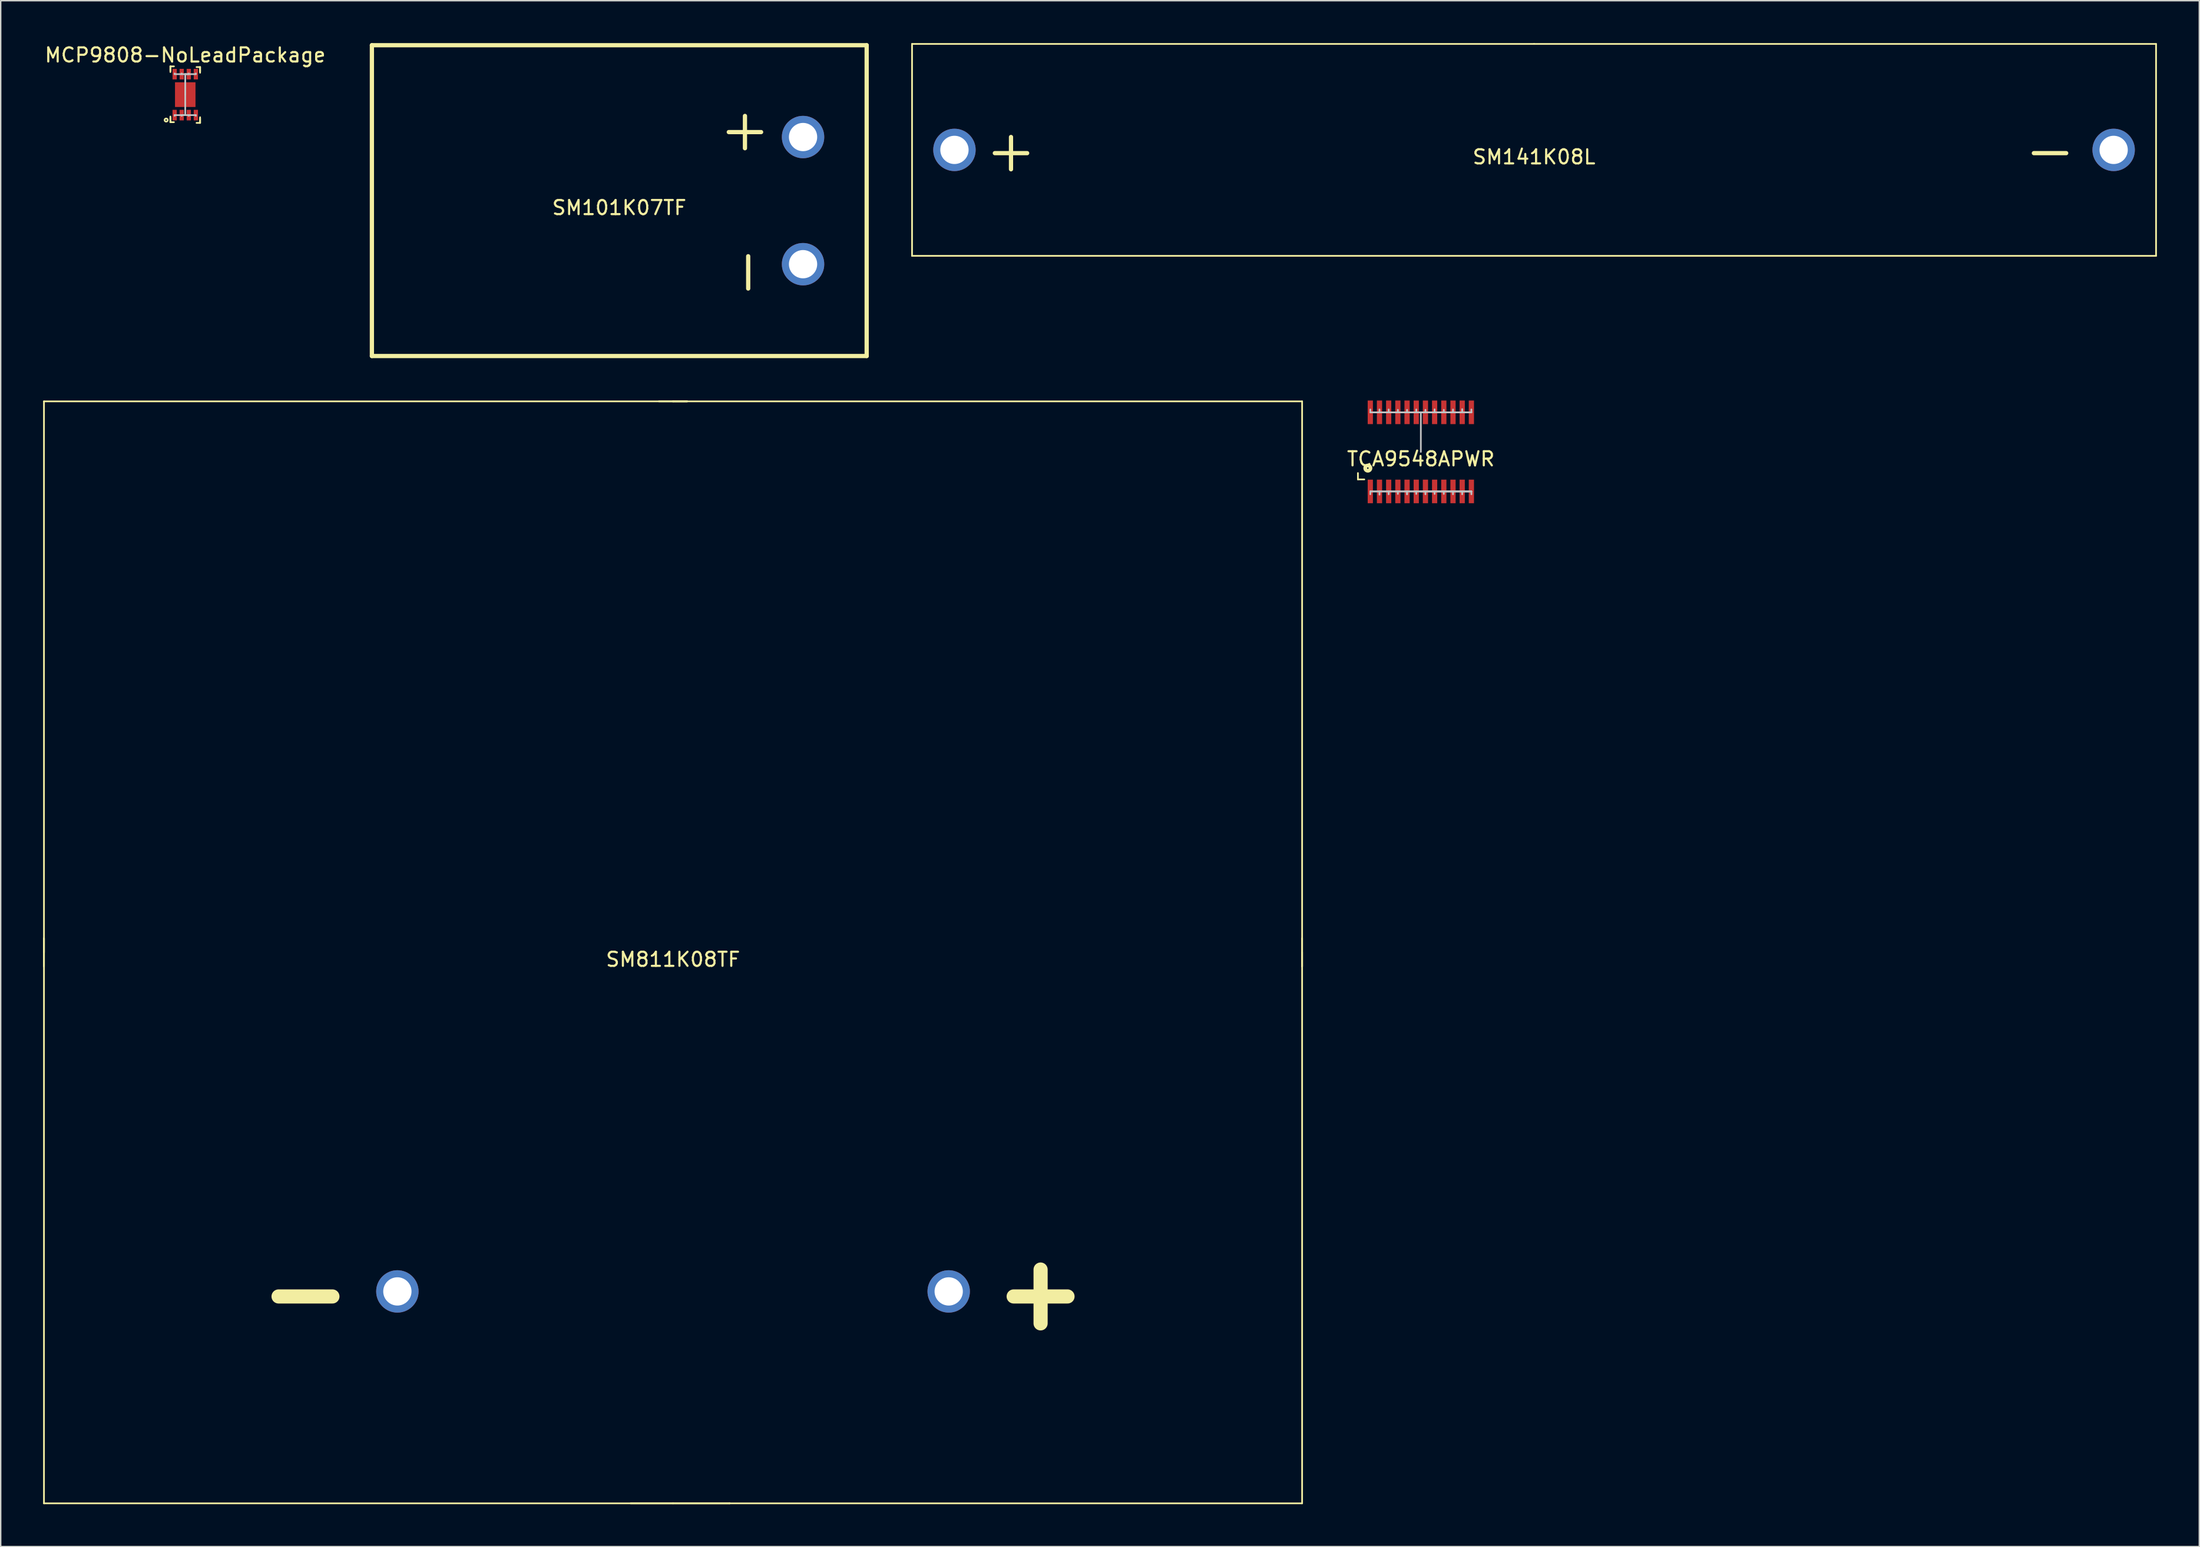
<source format=kicad_pcb>
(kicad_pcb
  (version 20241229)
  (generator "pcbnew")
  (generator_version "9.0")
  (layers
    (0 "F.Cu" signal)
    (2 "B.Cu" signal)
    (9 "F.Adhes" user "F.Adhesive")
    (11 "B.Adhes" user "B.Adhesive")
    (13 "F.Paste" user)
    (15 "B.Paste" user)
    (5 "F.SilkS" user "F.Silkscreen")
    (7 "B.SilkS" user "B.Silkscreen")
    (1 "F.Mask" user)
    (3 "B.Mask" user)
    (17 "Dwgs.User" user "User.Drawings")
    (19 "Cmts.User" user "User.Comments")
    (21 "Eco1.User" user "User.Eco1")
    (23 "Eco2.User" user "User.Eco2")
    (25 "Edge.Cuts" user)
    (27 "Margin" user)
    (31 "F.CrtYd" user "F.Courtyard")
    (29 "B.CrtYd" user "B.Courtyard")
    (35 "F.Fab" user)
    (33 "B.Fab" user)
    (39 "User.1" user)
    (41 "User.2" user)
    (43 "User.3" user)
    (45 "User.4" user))
  (footprint "MCP9808-NoLeadPackage"
    (layer "F.Cu")
    (at 10.054 3.648)
    (property "Reference" "MCP9808-NoLeadPackage" (at 0 -2.8 0) (layer "F.SilkS") (effects (font (size 1 1) (thickness 0.15))))
    (attr through_hole)
    (fp_line (start -1.05 -2) (end -1.05 -1.7) (stroke (width 0.12) (type solid)) (layer "F.SilkS"))
    (fp_line (start -1.05 -2) (end -0.8 -2) (stroke (width 0.12) (type solid)) (layer "F.SilkS"))
    (fp_line (start -1.05 -1.7) (end -1.05 -2) (stroke (width 0.12) (type solid)) (layer "F.SilkS"))
    (fp_line (start -1.05 -1.7) (end -1.05 -1.6) (stroke (width 0.12) (type solid)) (layer "F.SilkS"))
    (fp_line (start -1.05 1.65) (end -1.05 1.55) (stroke (width 0.12) (type solid)) (layer "F.SilkS"))
    (fp_line (start -1.05 1.65) (end -1.05 1.95) (stroke (width 0.12) (type solid)) (layer "F.SilkS"))
    (fp_line (start -1.05 1.95) (end -1.05 1.65) (stroke (width 0.12) (type solid)) (layer "F.SilkS"))
    (fp_line (start -1.05 1.95) (end -0.8 1.95) (stroke (width 0.12) (type solid)) (layer "F.SilkS"))
    (fp_line (start 1.05 -1.95) (end 0.8 -1.95) (stroke (width 0.12) (type solid)) (layer "F.SilkS"))
    (fp_line (start 1.05 -1.95) (end 1.05 -1.65) (stroke (width 0.12) (type solid)) (layer "F.SilkS"))
    (fp_line (start 1.05 -1.65) (end 1.05 -1.95) (stroke (width 0.12) (type solid)) (layer "F.SilkS"))
    (fp_line (start 1.05 -1.65) (end 1.05 -1.55) (stroke (width 0.12) (type solid)) (layer "F.SilkS"))
    (fp_line (start 1.05 1.7) (end 1.05 1.6) (stroke (width 0.12) (type solid)) (layer "F.SilkS"))
    (fp_line (start 1.05 1.7) (end 1.05 2) (stroke (width 0.12) (type solid)) (layer "F.SilkS"))
    (fp_line (start 1.05 2) (end 0.8 2) (stroke (width 0.12) (type solid)) (layer "F.SilkS"))
    (fp_line (start 1.05 2) (end 1.05 1.7) (stroke (width 0.12) (type solid)) (layer "F.SilkS"))
    (fp_circle (center -1.35 1.8) (end -1.3 1.8) (stroke (width 0.12) (type solid)) (fill no) (layer "F.SilkS"))
    (fp_line (start -0.75 -1.45) (end -0.75 -1.5) (stroke (width 0.12) (type solid)) (layer "Dwgs.User"))
    (fp_line (start -0.75 1.45) (end -0.75 1.5) (stroke (width 0.12) (type solid)) (layer "Dwgs.User"))
    (fp_line (start -0.25 -1.45) (end -0.75 -1.45) (stroke (width 0.12) (type solid)) (layer "Dwgs.User"))
    (fp_line (start -0.25 -1.45) (end -0.25 -1.5) (stroke (width 0.12) (type solid)) (layer "Dwgs.User"))
    (fp_line (start -0.25 1.45) (end -0.75 1.45) (stroke (width 0.12) (type solid)) (layer "Dwgs.User"))
    (fp_line (start -0.25 1.45) (end -0.25 1.5) (stroke (width 0.12) (type solid)) (layer "Dwgs.User"))
    (fp_line (start -0.25 1.45) (end 0.25 1.45) (stroke (width 0.12) (type solid)) (layer "Dwgs.User"))
    (fp_line (start 0 -1.45) (end 0 1.45) (stroke (width 0.12) (type solid)) (layer "Dwgs.User"))
    (fp_line (start 0 -1.45) (end 0.25 -1.45) (stroke (width 0.12) (type solid)) (layer "Dwgs.User"))
    (fp_line (start 0 0) (end 0 -1.45) (stroke (width 0.12) (type solid)) (layer "Dwgs.User"))
    (fp_line (start 0 1.45) (end -0.25 1.45) (stroke (width 0.12) (type solid)) (layer "Dwgs.User"))
    (fp_line (start 0.25 -1.45) (end -0.25 -1.45) (stroke (width 0.12) (type solid)) (layer "Dwgs.User"))
    (fp_line (start 0.25 -1.45) (end 0.25 -1.5) (stroke (width 0.12) (type solid)) (layer "Dwgs.User"))
    (fp_line (start 0.25 -1.45) (end 0.75 -1.45) (stroke (width 0.12) (type solid)) (layer "Dwgs.User"))
    (fp_line (start 0.25 1.45) (end 0.25 1.5) (stroke (width 0.12) (type solid)) (layer "Dwgs.User"))
    (fp_line (start 0.25 1.45) (end 0.75 1.45) (stroke (width 0.12) (type solid)) (layer "Dwgs.User"))
    (fp_line (start 0.75 -1.45) (end 0.75 -1.5) (stroke (width 0.12) (type solid)) (layer "Dwgs.User"))
    (fp_line (start 0.75 1.45) (end 0.75 1.5) (stroke (width 0.12) (type solid)) (layer "Dwgs.User"))
    (pad "1" smd rect (at -0.75 1.45) (size 0.3 0.75) (layers "F.Cu" "F.Mask" "F.Paste"))
    (pad "2" smd rect (at -0.25 1.45) (size 0.3 0.75) (layers "F.Cu" "F.Mask" "F.Paste"))
    (pad "3" smd rect (at 0.25 1.45) (size 0.3 0.75) (layers "F.Cu" "F.Mask" "F.Paste"))
    (pad "4" smd rect (at 0.75 1.45) (size 0.3 0.75) (layers "F.Cu" "F.Mask" "F.Paste"))
    (pad "5" smd rect (at 0.75 -1.45 180) (size 0.3 0.75) (layers "F.Cu" "F.Mask" "F.Paste"))
    (pad "6" smd rect (at 0.25 -1.45 180) (size 0.3 0.75) (layers "F.Cu" "F.Mask" "F.Paste"))
    (pad "7" smd rect (at -0.25 -1.45 180) (size 0.3 0.75) (layers "F.Cu" "F.Mask" "F.Paste"))
    (pad "8" smd rect (at -0.75 -1.45 180) (size 0.3 0.75) (layers "F.Cu" "F.Mask" "F.Paste"))
    (pad "9" smd rect (at 0 0) (size 1.45 1.75) (layers "F.Cu" "F.Mask" "F.Paste")))
  (footprint "SM101K07TF"
    (layer "F.Cu")
    (at 40.757 11.15)
    (property "Reference" "SM101K07TF" (at 0 0.5 0) (layer "F.SilkS") (effects (font (size 1 1) (thickness 0.15))))
    (attr through_hole)
    (fp_line (start -17.5 -11) (end 17.5 -11) (stroke (width 0.3) (type solid)) (layer "F.SilkS"))
    (fp_line (start -17.5 11) (end -17.5 -11) (stroke (width 0.3) (type solid)) (layer "F.SilkS"))
    (fp_line (start 17.5 -11) (end 17.5 11) (stroke (width 0.3) (type solid)) (layer "F.SilkS"))
    (fp_line (start 17.5 11) (end -17.5 11) (stroke (width 0.3) (type solid)) (layer "F.SilkS"))
    (fp_text user "-" (at 8.89 5.08 90) (layer "F.SilkS") (effects (font (size 3 3) (thickness 0.3))))
    (fp_text user "+" (at 8.89 -5.08 0) (layer "F.SilkS") (effects (font (size 3 3) (thickness 0.3))))
    (pad "1" thru_hole circle (at 13 -4.5) (size 3 3) (drill 2) (layers "*.Cu" "*.Mask"))
    (pad "2" thru_hole circle (at 13 4.5) (size 3 3) (drill 2) (layers "*.Cu" "*.Mask")))
  (footprint "SM811K08TF"
    (layer "F.Cu")
    (at 44.56 64.36)
    (property "Reference" "SM811K08TF" (at 0 0.5 0) (layer "F.SilkS") (effects (font (size 1 1) (thickness 0.15))))
    (attr through_hole)
    (fp_line (start -44.5 -1) (end -44.5 1) (stroke (width 0.12) (type solid)) (layer "F.SilkS"))
    (fp_line (start -44.5 0) (end -44.5 -39) (stroke (width 0.12) (type solid)) (layer "F.SilkS"))
    (fp_line (start -44.5 0) (end -44.5 -1) (stroke (width 0.12) (type solid)) (layer "F.SilkS"))
    (fp_line (start -44.5 0) (end -44.5 39) (stroke (width 0.12) (type solid)) (layer "F.SilkS"))
    (fp_line (start 0 -39) (end -44.5 -39) (stroke (width 0.12) (type solid)) (layer "F.SilkS"))
    (fp_line (start 0 -39) (end 1 -39) (stroke (width 0.12) (type solid)) (layer "F.SilkS"))
    (fp_line (start 0 -39) (end 44.5 -39) (stroke (width 0.12) (type solid)) (layer "F.SilkS"))
    (fp_line (start 0 39) (end -44.5 39) (stroke (width 0.12) (type solid)) (layer "F.SilkS"))
    (fp_line (start 0 39) (end 4 39) (stroke (width 0.12) (type solid)) (layer "F.SilkS"))
    (fp_line (start 1 -39) (end -1 -39) (stroke (width 0.12) (type solid)) (layer "F.SilkS"))
    (fp_line (start 4 39) (end -3 39) (stroke (width 0.12) (type solid)) (layer "F.SilkS"))
    (fp_line (start 4 39) (end 44.5 39) (stroke (width 0.12) (type solid)) (layer "F.SilkS"))
    (fp_line (start 44.5 0) (end 44.5 -39) (stroke (width 0.12) (type solid)) (layer "F.SilkS"))
    (fp_line (start 44.5 0) (end 44.5 1) (stroke (width 0.12) (type solid)) (layer "F.SilkS"))
    (fp_line (start 44.5 0) (end 44.5 39) (stroke (width 0.12) (type solid)) (layer "F.SilkS"))
    (fp_line (start 44.5 1) (end 44.5 -1) (stroke (width 0.12) (type solid)) (layer "F.SilkS"))
    (fp_text user "+" (at 26 24 0) (layer "F.SilkS") (effects (font (size 5 5) (thickness 1))))
    (fp_text user "-" (at -26 24 0) (layer "F.SilkS") (effects (font (size 5 5) (thickness 1))))
    (pad "1" thru_hole circle (at 19.5 24) (size 3 3) (drill 2) (layers "*.Cu" "*.Mask"))
    (pad "2" thru_hole circle (at -19.5 24) (size 3 3) (drill 2) (layers "*.Cu" "*.Mask")))
  (footprint "TCA9548APWR"
    (layer "F.Cu")
    (at 97.459 28.935)
    (property "Reference" "TCA9548APWR" (at 0 0.5 0) (layer "F.SilkS") (effects (font (size 1 1) (thickness 0.15))))
    (attr through_hole)
    (fp_line (start -4.45 1.5) (end -4.45 1.95) (stroke (width 0.12) (type solid)) (layer "F.SilkS"))
    (fp_line (start -4.45 1.95) (end -4 1.95) (stroke (width 0.12) (type solid)) (layer "F.SilkS"))
    (fp_circle (center -3.75 1.15) (end -3.7 1.175) (stroke (width 0.12) (type solid)) (fill no) (layer "F.SilkS"))
    (fp_circle (center -3.75 1.15) (end -3.675 1.275) (stroke (width 0.12) (type solid)) (fill no) (layer "F.SilkS"))
    (fp_circle (center -3.75 1.15) (end -3.625 1.275) (stroke (width 0.12) (type solid)) (fill no) (layer "F.SilkS"))
    (fp_circle (center -3.75 1.15) (end -3.625 1.375) (stroke (width 0.12) (type solid)) (fill no) (layer "F.SilkS"))
    (fp_line (start -3.575 -2.8) (end -3.575 -3) (stroke (width 0.12) (type solid)) (layer "Dwgs.User"))
    (fp_line (start -3.575 -2.8) (end 3.575 -2.8) (stroke (width 0.12) (type solid)) (layer "Dwgs.User"))
    (fp_line (start -3.575 2.8) (end -3.575 3) (stroke (width 0.12) (type solid)) (layer "Dwgs.User"))
    (fp_line (start -2.925 -2.8) (end -3.575 -2.8) (stroke (width 0.12) (type solid)) (layer "Dwgs.User"))
    (fp_line (start -2.925 -2.8) (end -2.925 -3) (stroke (width 0.12) (type solid)) (layer "Dwgs.User"))
    (fp_line (start -2.925 2.8) (end -3.575 2.8) (stroke (width 0.12) (type solid)) (layer "Dwgs.User"))
    (fp_line (start -2.925 2.8) (end -2.925 3.025) (stroke (width 0.12) (type solid)) (layer "Dwgs.User"))
    (fp_line (start -2.275 -2.8) (end -2.925 -2.8) (stroke (width 0.12) (type solid)) (layer "Dwgs.User"))
    (fp_line (start -2.275 -2.8) (end -2.275 -3) (stroke (width 0.12) (type solid)) (layer "Dwgs.User"))
    (fp_line (start -2.275 2.8) (end -2.925 2.8) (stroke (width 0.12) (type solid)) (layer "Dwgs.User"))
    (fp_line (start -2.275 2.8) (end -2.275 3) (stroke (width 0.12) (type solid)) (layer "Dwgs.User"))
    (fp_line (start -1.625 -2.8) (end -2.275 -2.8) (stroke (width 0.12) (type solid)) (layer "Dwgs.User"))
    (fp_line (start -1.625 -2.8) (end -1.625 -2.975) (stroke (width 0.12) (type solid)) (layer "Dwgs.User"))
    (fp_line (start -1.625 2.8) (end -2.275 2.8) (stroke (width 0.12) (type solid)) (layer "Dwgs.User"))
    (fp_line (start -1.625 2.8) (end -1.625 2.975) (stroke (width 0.12) (type solid)) (layer "Dwgs.User"))
    (fp_line (start -0.975 -2.8) (end -1.625 -2.8) (stroke (width 0.12) (type solid)) (layer "Dwgs.User"))
    (fp_line (start -0.975 -2.8) (end -0.975 -2.975) (stroke (width 0.12) (type solid)) (layer "Dwgs.User"))
    (fp_line (start -0.975 2.8) (end -1.625 2.8) (stroke (width 0.12) (type solid)) (layer "Dwgs.User"))
    (fp_line (start -0.975 2.8) (end -0.975 3) (stroke (width 0.12) (type solid)) (layer "Dwgs.User"))
    (fp_line (start -0.975 3) (end -0.975 2.8) (stroke (width 0.12) (type solid)) (layer "Dwgs.User"))
    (fp_line (start -0.325 -2.8) (end -0.975 -2.8) (stroke (width 0.12) (type solid)) (layer "Dwgs.User"))
    (fp_line (start -0.325 -2.8) (end -0.325 -3) (stroke (width 0.12) (type solid)) (layer "Dwgs.User"))
    (fp_line (start -0.325 2.8) (end -0.975 2.8) (stroke (width 0.12) (type solid)) (layer "Dwgs.User"))
    (fp_line (start -0.325 2.8) (end -0.325 2.975) (stroke (width 0.12) (type solid)) (layer "Dwgs.User"))
    (fp_line (start 0 -2.8) (end -3.575 -2.8) (stroke (width 0.12) (type solid)) (layer "Dwgs.User"))
    (fp_line (start 0 -2.8) (end -0.325 -2.8) (stroke (width 0.12) (type solid)) (layer "Dwgs.User"))
    (fp_line (start 0 -2.8) (end 0.325 -2.8) (stroke (width 0.12) (type solid)) (layer "Dwgs.User"))
    (fp_line (start 0 0) (end 0 -2.8) (stroke (width 0.12) (type solid)) (layer "Dwgs.User"))
    (fp_line (start 0 2.8) (end -0.325 2.8) (stroke (width 0.12) (type solid)) (layer "Dwgs.User"))
    (fp_line (start 0 2.8) (end 0.325 2.8) (stroke (width 0.12) (type solid)) (layer "Dwgs.User"))
    (fp_line (start 0 2.8) (end 3.575 2.8) (stroke (width 0.12) (type solid)) (layer "Dwgs.User"))
    (fp_line (start 0.325 -2.8) (end 0.325 -2.975) (stroke (width 0.12) (type solid)) (layer "Dwgs.User"))
    (fp_line (start 0.325 -2.8) (end 0.975 -2.8) (stroke (width 0.12) (type solid)) (layer "Dwgs.User"))
    (fp_line (start 0.325 2.8) (end 0.325 3) (stroke (width 0.12) (type solid)) (layer "Dwgs.User"))
    (fp_line (start 0.325 2.8) (end 0.975 2.8) (stroke (width 0.12) (type solid)) (layer "Dwgs.User"))
    (fp_line (start 0.975 -3) (end 0.975 -2.8) (stroke (width 0.12) (type solid)) (layer "Dwgs.User"))
    (fp_line (start 0.975 -2.8) (end 0.975 -3) (stroke (width 0.12) (type solid)) (layer "Dwgs.User"))
    (fp_line (start 0.975 -2.8) (end 1.625 -2.8) (stroke (width 0.12) (type solid)) (layer "Dwgs.User"))
    (fp_line (start 0.975 2.8) (end 0.975 2.975) (stroke (width 0.12) (type solid)) (layer "Dwgs.User"))
    (fp_line (start 0.975 2.8) (end 1.625 2.8) (stroke (width 0.12) (type solid)) (layer "Dwgs.User"))
    (fp_line (start 1.625 -2.8) (end 1.625 -2.975) (stroke (width 0.12) (type solid)) (layer "Dwgs.User"))
    (fp_line (start 1.625 -2.8) (end 2.275 -2.8) (stroke (width 0.12) (type solid)) (layer "Dwgs.User"))
    (fp_line (start 1.625 2.8) (end 1.625 2.975) (stroke (width 0.12) (type solid)) (layer "Dwgs.User"))
    (fp_line (start 1.625 2.8) (end 2.275 2.8) (stroke (width 0.12) (type solid)) (layer "Dwgs.User"))
    (fp_line (start 2.275 -2.8) (end 2.275 -3) (stroke (width 0.12) (type solid)) (layer "Dwgs.User"))
    (fp_line (start 2.275 -2.8) (end 2.925 -2.8) (stroke (width 0.12) (type solid)) (layer "Dwgs.User"))
    (fp_line (start 2.275 2.8) (end 2.275 3) (stroke (width 0.12) (type solid)) (layer "Dwgs.User"))
    (fp_line (start 2.275 2.8) (end 2.925 2.8) (stroke (width 0.12) (type solid)) (layer "Dwgs.User"))
    (fp_line (start 2.925 -2.8) (end 2.925 -3.025) (stroke (width 0.12) (type solid)) (layer "Dwgs.User"))
    (fp_line (start 2.925 -2.8) (end 3.575 -2.8) (stroke (width 0.12) (type solid)) (layer "Dwgs.User"))
    (fp_line (start 2.925 2.8) (end 2.925 3) (stroke (width 0.12) (type solid)) (layer "Dwgs.User"))
    (fp_line (start 2.925 2.8) (end 3.575 2.8) (stroke (width 0.12) (type solid)) (layer "Dwgs.User"))
    (fp_line (start 3.575 -2.8) (end 3.575 -3) (stroke (width 0.12) (type solid)) (layer "Dwgs.User"))
    (fp_line (start 3.575 2.8) (end -3.575 2.8) (stroke (width 0.12) (type solid)) (layer "Dwgs.User"))
    (fp_line (start 3.575 2.8) (end 3.575 3) (stroke (width 0.12) (type solid)) (layer "Dwgs.User"))
    (pad "1" smd rect (at -3.575 2.8 180) (size 0.37 1.67) (layers "F.Cu" "F.Mask" "F.Paste"))
    (pad "2" smd rect (at -2.925 2.8 180) (size 0.37 1.67) (layers "F.Cu" "F.Mask" "F.Paste"))
    (pad "3" smd rect (at -2.275 2.8 180) (size 0.37 1.67) (layers "F.Cu" "F.Mask" "F.Paste"))
    (pad "4" smd rect (at -1.625 2.8 180) (size 0.37 1.67) (layers "F.Cu" "F.Mask" "F.Paste"))
    (pad "5" smd rect (at -0.975 2.8 180) (size 0.37 1.67) (layers "F.Cu" "F.Mask" "F.Paste"))
    (pad "6" smd rect (at -0.325 2.8 180) (size 0.37 1.67) (layers "F.Cu" "F.Mask" "F.Paste"))
    (pad "7" smd rect (at 0.325 2.8 180) (size 0.37 1.67) (layers "F.Cu" "F.Mask" "F.Paste"))
    (pad "8" smd rect (at 0.975 2.8 180) (size 0.37 1.67) (layers "F.Cu" "F.Mask" "F.Paste"))
    (pad "9" smd rect (at 1.625 2.8 180) (size 0.37 1.67) (layers "F.Cu" "F.Mask" "F.Paste"))
    (pad "10" smd rect (at 2.275 2.8 180) (size 0.37 1.67) (layers "F.Cu" "F.Mask" "F.Paste"))
    (pad "11" smd rect (at 2.925 2.8 180) (size 0.37 1.67) (layers "F.Cu" "F.Mask" "F.Paste"))
    (pad "12" smd rect (at 3.575 2.8 180) (size 0.37 1.67) (layers "F.Cu" "F.Mask" "F.Paste"))
    (pad "13" smd rect (at 3.575 -2.8) (size 0.37 1.67) (layers "F.Cu" "F.Mask" "F.Paste"))
    (pad "14" smd rect (at 2.925 -2.8) (size 0.37 1.67) (layers "F.Cu" "F.Mask" "F.Paste"))
    (pad "15" smd rect (at 2.275 -2.8) (size 0.37 1.67) (layers "F.Cu" "F.Mask" "F.Paste"))
    (pad "16" smd rect (at 1.625 -2.8) (size 0.37 1.67) (layers "F.Cu" "F.Mask" "F.Paste"))
    (pad "17" smd rect (at 0.975 -2.8) (size 0.37 1.67) (layers "F.Cu" "F.Mask" "F.Paste"))
    (pad "18" smd rect (at 0.325 -2.8) (size 0.37 1.67) (layers "F.Cu" "F.Mask" "F.Paste"))
    (pad "19" smd rect (at -0.325 -2.8) (size 0.37 1.67) (layers "F.Cu" "F.Mask" "F.Paste"))
    (pad "20" smd rect (at -0.975 -2.8) (size 0.37 1.67) (layers "F.Cu" "F.Mask" "F.Paste"))
    (pad "21" smd rect (at -1.625 -2.8) (size 0.37 1.67) (layers "F.Cu" "F.Mask" "F.Paste"))
    (pad "22" smd rect (at -2.275 -2.8) (size 0.37 1.67) (layers "F.Cu" "F.Mask" "F.Paste"))
    (pad "23" smd rect (at -2.925 -2.8) (size 0.37 1.67) (layers "F.Cu" "F.Mask" "F.Paste"))
    (pad "24" smd rect (at -3.575 -2.8) (size 0.37 1.67) (layers "F.Cu" "F.Mask" "F.Paste")))
  (footprint "SM141K08L"
    (layer "F.Cu")
    (at 105.467 7.56)
    (property "Reference" "SM141K08L" (at 0 0.5 0) (layer "F.SilkS") (effects (font (size 1 1) (thickness 0.15))))
    (attr through_hole)
    (fp_line (start -44 -7.5) (end 0 -7.5) (stroke (width 0.12) (type solid)) (layer "F.SilkS"))
    (fp_line (start -44 7.5) (end -44 -7.5) (stroke (width 0.12) (type solid)) (layer "F.SilkS"))
    (fp_line (start 0 -7.5) (end 44 -7.5) (stroke (width 0.12) (type solid)) (layer "F.SilkS"))
    (fp_line (start 44 -7.5) (end 44 7.5) (stroke (width 0.12) (type solid)) (layer "F.SilkS"))
    (fp_line (start 44 7.5) (end -44 7.5) (stroke (width 0.12) (type solid)) (layer "F.SilkS"))
    (fp_text user "-" (at 36.5 0 0) (layer "F.SilkS") (effects (font (size 3 3) (thickness 0.3))))
    (fp_text user "+" (at -37 0 0) (layer "F.SilkS") (effects (font (size 3 3) (thickness 0.3))))
    (pad "1" thru_hole circle (at -41 0) (size 3 3) (drill 2) (layers "*.Cu" "*.Mask"))
    (pad "2" thru_hole circle (at 41 0) (size 3 3) (drill 2) (layers "*.Cu" "*.Mask")))
  (gr_rect
    (start -3 -3)
    (end 152.527 106.42)
    (stroke (width 0.1) (type default))
    (fill no)
    (layer "Edge.Cuts")))
</source>
